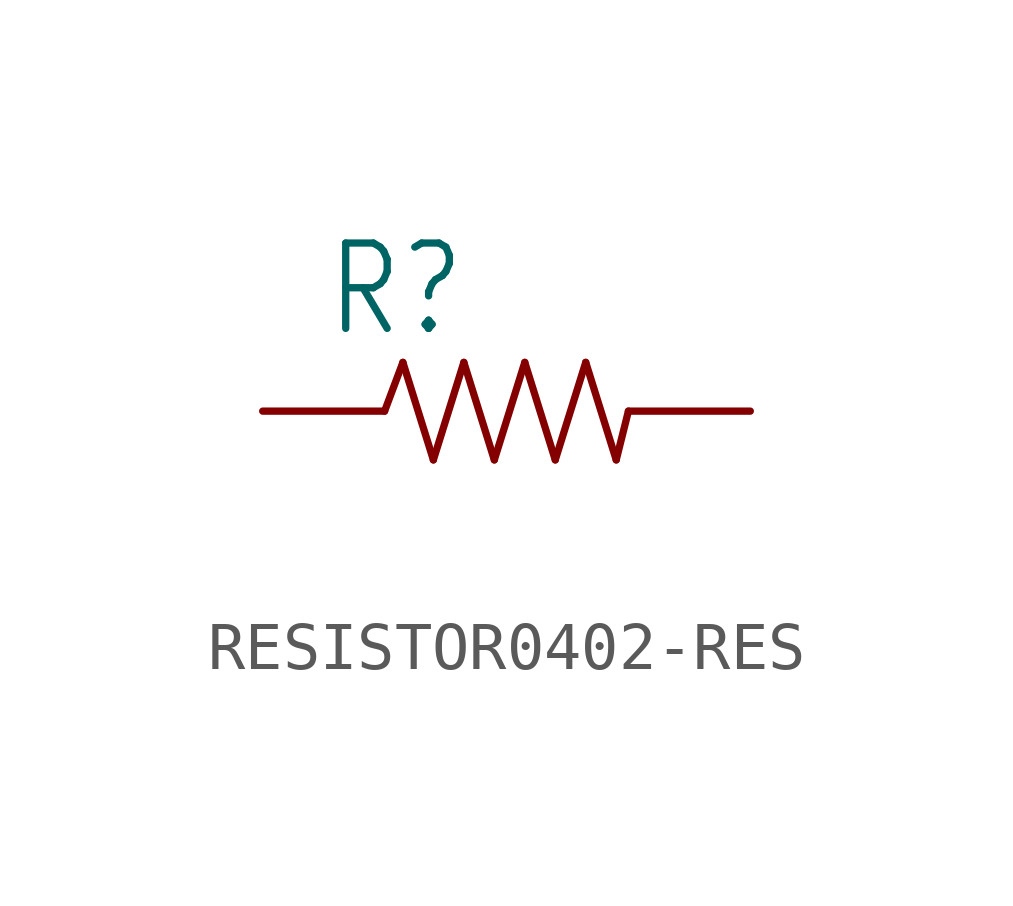
<source format=kicad_sym>
(kicad_symbol_lib
  (version 20220914)
  (generator kicad_symbol_editor)
  (symbol "RESISTOR0402-RES"
    (property "Reference" "R"
      (at -3.81 1.499 0)
      (effects (font (size 1.778 1.511)) (justify left bottom)))
    (property "Value" ""
      (at -3.81 -3.302 0)
      (effects (font (size 1.778 1.511)) (justify left bottom)))
    (property "ki_locked" ""
      (at 0 0 0)
      (effects (font (size 1.27 1.27))))
    (symbol "RESISTOR0402-RES_1_0"
      (polyline (pts (xy -2.54 0) (xy -2.159 1.016)) (stroke (width 0.152) (type solid)) (fill (type none)))
      (polyline (pts (xy -2.159 1.016) (xy -1.524 -1.016)) (stroke (width 0.152) (type solid)) (fill (type none)))
      (polyline (pts (xy -1.524 -1.016) (xy -0.889 1.016)) (stroke (width 0.152) (type solid)) (fill (type none)))
      (polyline (pts (xy -0.889 1.016) (xy -0.254 -1.016)) (stroke (width 0.152) (type solid)) (fill (type none)))
      (polyline (pts (xy -0.254 -1.016) (xy 0.381 1.016)) (stroke (width 0.152) (type solid)) (fill (type none)))
      (polyline (pts (xy 0.381 1.016) (xy 1.016 -1.016)) (stroke (width 0.152) (type solid)) (fill (type none)))
      (polyline (pts (xy 1.016 -1.016) (xy 1.651 1.016)) (stroke (width 0.152) (type solid)) (fill (type none)))
      (polyline (pts (xy 1.651 1.016) (xy 2.286 -1.016)) (stroke (width 0.152) (type solid)) (fill (type none)))
      (polyline (pts (xy 2.286 -1.016) (xy 2.54 0)) (stroke (width 0.152) (type solid)) (fill (type none)))
      (pin passive line (at -5.08 0 0) (length 2.54) (name "1" (effects (font (size 0 0)))) (number "1" (effects (font (size 0 0)))))
      (pin passive line (at 5.08 0 180) (length 2.54) (name "2" (effects (font (size 0 0)))) (number "2" (effects (font (size 0 0))))))))
</source>
